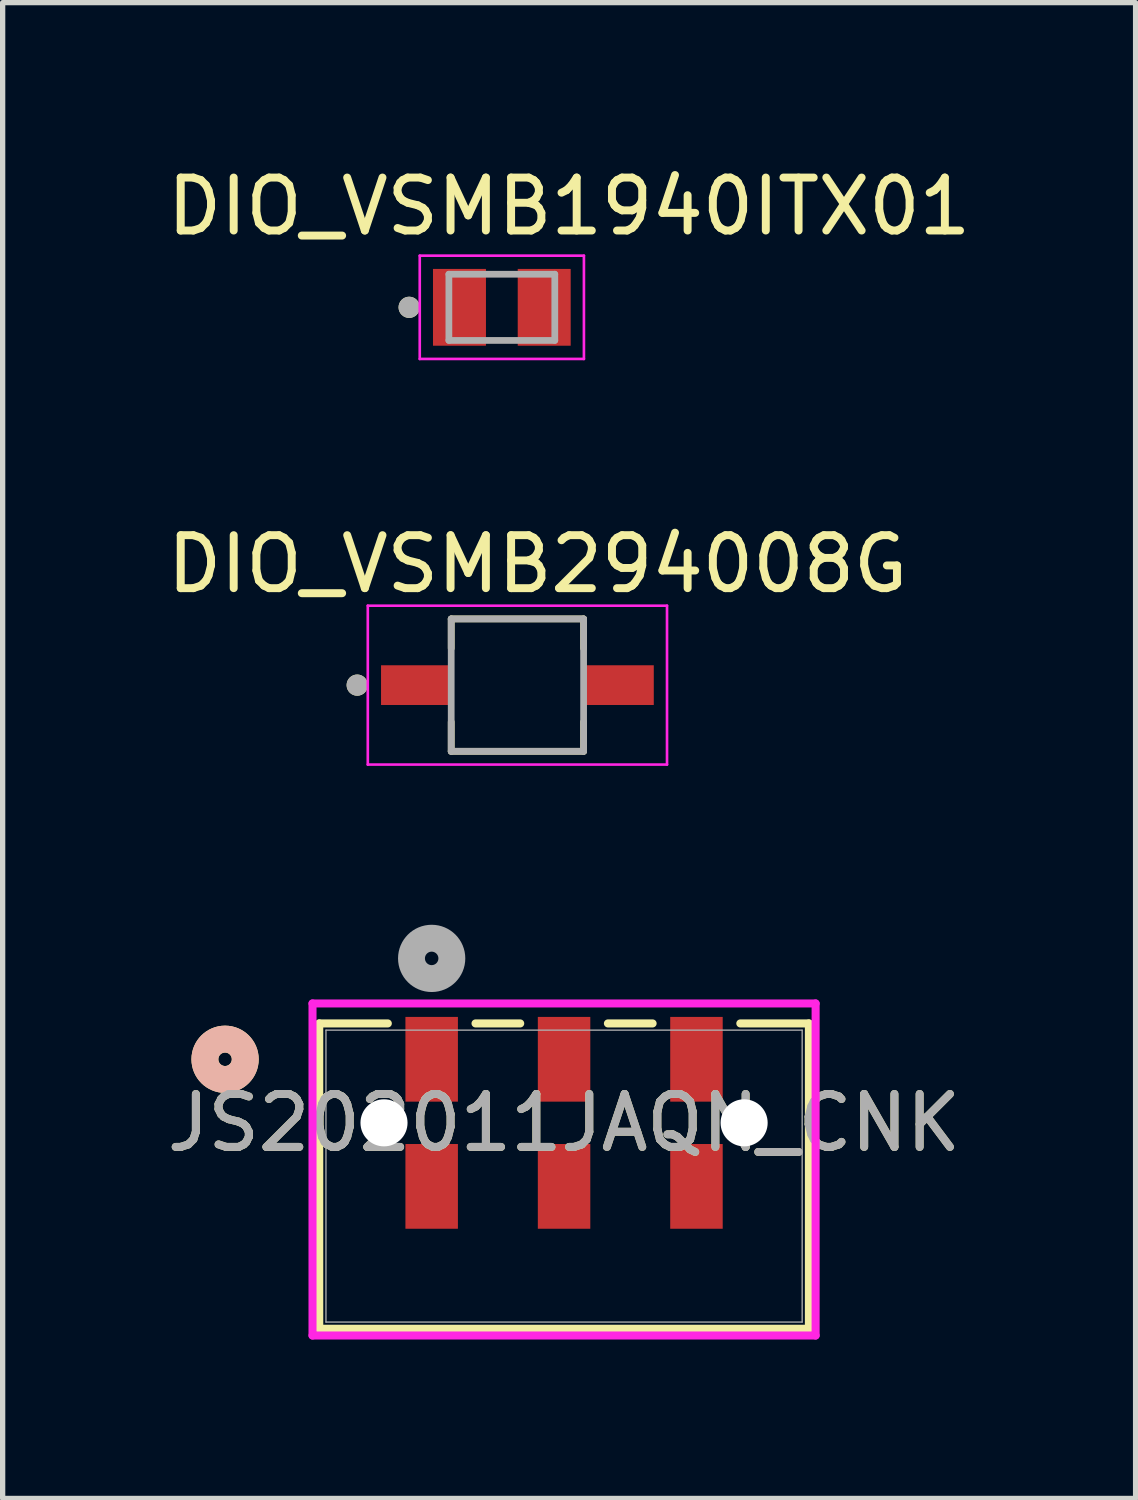
<source format=kicad_pcb>
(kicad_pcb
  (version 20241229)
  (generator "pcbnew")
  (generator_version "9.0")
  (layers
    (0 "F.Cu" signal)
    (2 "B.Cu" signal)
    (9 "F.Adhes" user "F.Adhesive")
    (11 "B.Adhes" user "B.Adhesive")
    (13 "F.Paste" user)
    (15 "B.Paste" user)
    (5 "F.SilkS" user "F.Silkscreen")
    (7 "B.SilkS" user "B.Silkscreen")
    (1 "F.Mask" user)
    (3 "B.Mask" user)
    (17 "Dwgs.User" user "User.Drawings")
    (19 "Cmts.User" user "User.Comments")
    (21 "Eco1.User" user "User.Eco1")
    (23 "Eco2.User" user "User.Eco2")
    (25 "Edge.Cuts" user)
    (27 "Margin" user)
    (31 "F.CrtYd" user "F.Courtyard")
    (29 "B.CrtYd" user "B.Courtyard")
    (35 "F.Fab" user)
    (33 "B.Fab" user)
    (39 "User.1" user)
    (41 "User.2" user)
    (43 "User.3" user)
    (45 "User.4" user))
  (footprint "JS202011JAQN_CNK"
    (layer "F.Cu")
    (at 7.601 19.158)
    (property "Reference" "JS202011JAQN_CNK" (at 0 -1.006 0) (unlocked yes) (layer "F.SilkS") (effects (font (size 1 1) (thickness 0.15))))
    (attr smd)
    (fp_line (start -4.623 -2.883) (end -4.623 2.883) (stroke (width 0.152) (type solid)) (layer "F.SilkS"))
    (fp_line (start -4.623 2.883) (end 4.623 2.883) (stroke (width 0.152) (type solid)) (layer "F.SilkS"))
    (fp_line (start -3.328 -2.883) (end -4.623 -2.883) (stroke (width 0.152) (type solid)) (layer "F.SilkS"))
    (fp_line (start -0.828 -2.883) (end -1.672 -2.883) (stroke (width 0.152) (type solid)) (layer "F.SilkS"))
    (fp_line (start 1.672 -2.883) (end 0.828 -2.883) (stroke (width 0.152) (type solid)) (layer "F.SilkS"))
    (fp_line (start 4.623 -2.883) (end 3.328 -2.883) (stroke (width 0.152) (type solid)) (layer "F.SilkS"))
    (fp_line (start 4.623 2.883) (end 4.623 -2.883) (stroke (width 0.152) (type solid)) (layer "F.SilkS"))
    (fp_circle (center -6.401 -2.206) (end -6.02 -2.206) (stroke (width 0.508) (type solid)) (fill no) (layer "F.SilkS"))
    (fp_circle (center -6.401 -2.206) (end -6.02 -2.206) (stroke (width 0.508) (type solid)) (fill no) (layer "B.SilkS"))
    (fp_line (start -4.75 -3.26) (end -4.75 3.01) (stroke (width 0.152) (type solid)) (layer "F.CrtYd"))
    (fp_line (start -4.75 3.01) (end 4.75 3.01) (stroke (width 0.152) (type solid)) (layer "F.CrtYd"))
    (fp_line (start 4.75 -3.26) (end -4.75 -3.26) (stroke (width 0.152) (type solid)) (layer "F.CrtYd"))
    (fp_line (start 4.75 3.01) (end 4.75 -3.26) (stroke (width 0.152) (type solid)) (layer "F.CrtYd"))
    (fp_line (start -4.496 -2.756) (end -4.496 2.756) (stroke (width 0.025) (type solid)) (layer "F.Fab"))
    (fp_line (start -4.496 2.756) (end 4.496 2.756) (stroke (width 0.025) (type solid)) (layer "F.Fab"))
    (fp_line (start 4.496 -2.756) (end -4.496 -2.756) (stroke (width 0.025) (type solid)) (layer "F.Fab"))
    (fp_line (start 4.496 2.756) (end 4.496 -2.756) (stroke (width 0.025) (type solid)) (layer "F.Fab"))
    (fp_circle (center -2.5 -4.111) (end -2.119 -4.111) (stroke (width 0.508) (type solid)) (fill no) (layer "F.Fab"))
    (fp_text user "${REFERENCE}" (at 0 -1.006 0) (unlocked yes) (layer "F.Fab") (effects (font (size 1 1) (thickness 0.15))))
    (pad "" np_thru_hole circle (at -3.4 -1.006) (size 0.889 0.889) (drill 0.889) (layers "*.Cu" "*.Mask"))
    (pad "" np_thru_hole circle (at 3.4 -1.006) (size 0.889 0.889) (drill 0.889) (layers "*.Cu" "*.Mask"))
    (pad "1" smd rect (at -2.5 -2.206) (size 0.991 1.6) (layers "F.Cu" "F.Mask" "F.Paste"))
    (pad "2" smd rect (at 0 -2.206) (size 0.991 1.6) (layers "F.Cu" "F.Mask" "F.Paste"))
    (pad "3" smd rect (at 2.5 -2.206) (size 0.991 1.6) (layers "F.Cu" "F.Mask" "F.Paste"))
    (pad "4" smd rect (at -2.5 0.194) (size 0.991 1.6) (layers "F.Cu" "F.Mask" "F.Paste"))
    (pad "5" smd rect (at 0 0.194) (size 0.991 1.6) (layers "F.Cu" "F.Mask" "F.Paste"))
    (pad "6" smd rect (at 2.5 0.194) (size 0.991 1.6) (layers "F.Cu" "F.Mask" "F.Paste")))
  (footprint "DIO_VSMB294008G"
    (layer "F.Cu")
    (at 6.72 9.887)
    (property "Reference" "DIO_VSMB294008G" (at 0.381 -2.286 0) (layer "F.SilkS") (effects (font (size 1 1) (thickness 0.15))))
    (attr smd)
    (fp_line (start -1.25 -1.25) (end -1.25 -0.695) (stroke (width 0.127) (type solid)) (layer "F.SilkS"))
    (fp_line (start -1.25 -1.25) (end 1.25 -1.25) (stroke (width 0.127) (type solid)) (layer "F.SilkS"))
    (fp_line (start -1.25 1.25) (end -1.25 0.695) (stroke (width 0.127) (type solid)) (layer "F.SilkS"))
    (fp_line (start 1.25 -1.25) (end 1.25 -0.695) (stroke (width 0.127) (type solid)) (layer "F.SilkS"))
    (fp_line (start 1.25 1.25) (end -1.25 1.25) (stroke (width 0.127) (type solid)) (layer "F.SilkS"))
    (fp_line (start 1.25 1.25) (end 1.25 0.695) (stroke (width 0.127) (type solid)) (layer "F.SilkS"))
    (fp_circle (center -3.025 0) (end -2.925 0) (stroke (width 0.2) (type solid)) (fill no) (layer "F.SilkS"))
    (fp_line (start -2.825 -1.5) (end -2.825 1.5) (stroke (width 0.05) (type solid)) (layer "F.CrtYd"))
    (fp_line (start -2.825 -1.5) (end 2.825 -1.5) (stroke (width 0.05) (type solid)) (layer "F.CrtYd"))
    (fp_line (start 2.825 1.5) (end -2.825 1.5) (stroke (width 0.05) (type solid)) (layer "F.CrtYd"))
    (fp_line (start 2.825 1.5) (end 2.825 -1.5) (stroke (width 0.05) (type solid)) (layer "F.CrtYd"))
    (fp_line (start -1.25 -1.25) (end -1.25 1.25) (stroke (width 0.127) (type solid)) (layer "F.Fab"))
    (fp_line (start -1.25 -1.25) (end 1.25 -1.25) (stroke (width 0.127) (type solid)) (layer "F.Fab"))
    (fp_line (start -1.25 1.25) (end 1.25 1.25) (stroke (width 0.127) (type solid)) (layer "F.Fab"))
    (fp_line (start 1.25 -1.25) (end 1.25 1.25) (stroke (width 0.127) (type solid)) (layer "F.Fab"))
    (fp_circle (center -3.025 0) (end -2.925 0) (stroke (width 0.2) (type solid)) (fill no) (layer "F.Fab"))
    (pad "1" smd rect (at -1.9 0) (size 1.35 0.75) (layers "F.Cu" "F.Mask" "F.Paste"))
    (pad "2" smd rect (at 1.9 0) (size 1.35 0.75) (layers "F.Cu" "F.Mask" "F.Paste")))
  (footprint "DIO_VSMB1940ITX01"
    (layer "F.Cu")
    (at 6.426 2.753)
    (property "Reference" "DIO_VSMB1940ITX01" (at 1.27 -1.905 0) (layer "F.SilkS") (effects (font (size 1 1) (thickness 0.15))))
    (attr smd)
    (fp_circle (center -1.75 0) (end -1.65 0) (stroke (width 0.2) (type solid)) (fill no) (layer "F.SilkS"))
    (fp_line (start -1.55 -0.975) (end -1.55 0.975) (stroke (width 0.05) (type solid)) (layer "F.CrtYd"))
    (fp_line (start -1.55 -0.975) (end 1.55 -0.975) (stroke (width 0.05) (type solid)) (layer "F.CrtYd"))
    (fp_line (start 1.55 0.975) (end -1.55 0.975) (stroke (width 0.05) (type solid)) (layer "F.CrtYd"))
    (fp_line (start 1.55 0.975) (end 1.55 -0.975) (stroke (width 0.05) (type solid)) (layer "F.CrtYd"))
    (fp_line (start -1 -0.625) (end -1 0.625) (stroke (width 0.127) (type solid)) (layer "F.Fab"))
    (fp_line (start -1 -0.625) (end 1 -0.625) (stroke (width 0.127) (type solid)) (layer "F.Fab"))
    (fp_line (start -1 0.625) (end 1 0.625) (stroke (width 0.127) (type solid)) (layer "F.Fab"))
    (fp_line (start 1 -0.625) (end 1 0.625) (stroke (width 0.127) (type solid)) (layer "F.Fab"))
    (fp_circle (center -1.75 0) (end -1.65 0) (stroke (width 0.2) (type solid)) (fill no) (layer "F.Fab"))
    (pad "1" smd rect (at -0.8 0) (size 1 1.45) (layers "F.Cu" "F.Mask" "F.Paste"))
    (pad "2" smd rect (at 0.8 0) (size 1 1.45) (layers "F.Cu" "F.Mask" "F.Paste")))
  (gr_rect
    (start -3 -3)
    (end 18.393 25.245)
    (stroke (width 0.1) (type default))
    (fill no)
    (layer "Edge.Cuts")))
</source>
